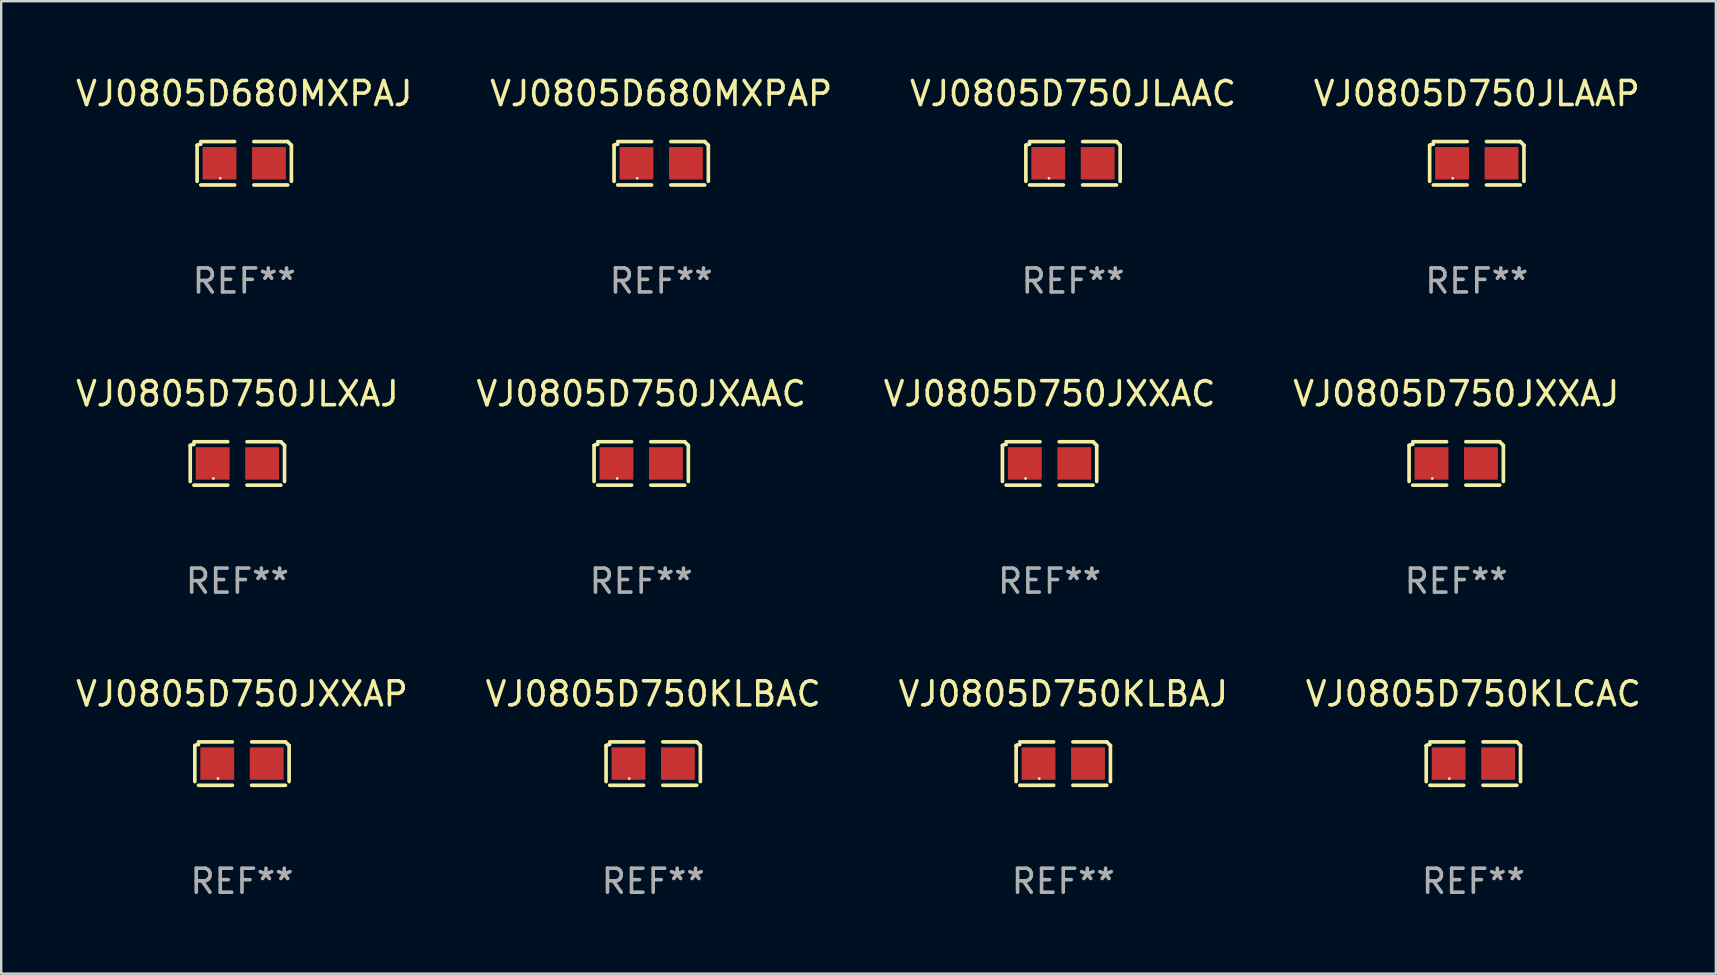
<source format=kicad_pcb>
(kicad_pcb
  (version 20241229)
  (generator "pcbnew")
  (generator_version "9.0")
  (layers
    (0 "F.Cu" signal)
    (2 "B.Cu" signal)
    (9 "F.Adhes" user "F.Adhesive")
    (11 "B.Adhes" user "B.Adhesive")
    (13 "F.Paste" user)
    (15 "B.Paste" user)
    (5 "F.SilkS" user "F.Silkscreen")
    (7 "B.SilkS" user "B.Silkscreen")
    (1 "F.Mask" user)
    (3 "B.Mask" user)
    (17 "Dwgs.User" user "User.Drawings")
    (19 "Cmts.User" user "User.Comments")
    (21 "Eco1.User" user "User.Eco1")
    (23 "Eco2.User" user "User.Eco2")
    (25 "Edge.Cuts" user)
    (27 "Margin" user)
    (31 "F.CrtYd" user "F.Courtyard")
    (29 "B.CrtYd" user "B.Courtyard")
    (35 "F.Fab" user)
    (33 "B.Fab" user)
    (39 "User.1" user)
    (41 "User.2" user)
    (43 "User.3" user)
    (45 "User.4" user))
  (footprint "VJ0805D750JXXAC"
    (layer "F.Cu")
    (at 40.673 16.256)
    (property "Reference" "VJ0805D750JXXAC" (at 0 -2.904 0) (layer "F.SilkS") (effects (font (size 1 1) (thickness 0.15))))
    (attr through_hole)
    (fp_line (start -1.964 0.751) (end -1.964 -0.751) (stroke (width 0.152) (type solid)) (layer "F.SilkS"))
    (fp_line (start -1.811 -0.904) (end -0.401 -0.904) (stroke (width 0.152) (type solid)) (layer "F.SilkS"))
    (fp_line (start -0.401 0.904) (end -1.811 0.904) (stroke (width 0.152) (type solid)) (layer "F.SilkS"))
    (fp_line (start 0.401 0.904) (end 1.811 0.904) (stroke (width 0.152) (type solid)) (layer "F.SilkS"))
    (fp_line (start 1.811 -0.904) (end 0.401 -0.904) (stroke (width 0.152) (type solid)) (layer "F.SilkS"))
    (fp_line (start 1.964 0.751) (end 1.964 -0.751) (stroke (width 0.152) (type solid)) (layer "F.SilkS"))
    (fp_arc (start -1.963602 -0.751207) (mid -1.890354 -0.783131) (end -1.811201 -0.794044) (stroke (width 0.1524) (type solid)) (layer "F.SilkS"))
    (fp_arc (start 1.811202 -0.903607) (mid 1.887413 -0.827418) (end 1.963602 -0.751207) (stroke (width 0.1524) (type solid)) (layer "F.SilkS"))
    (fp_circle (center -1 0.625) (end -0.97 0.625) (stroke (width 0.06) (type solid)) (fill no) (layer "F.SilkS"))
    (fp_text user "REF**" (at 0 4.904 0) (layer "F.Fab") (effects (font (size 1 1) (thickness 0.15))))
    (pad "1" smd rect (at -1.03 0) (size 1.41 1.35) (layers "F.Cu" "F.Mask" "F.Paste"))
    (pad "2" smd rect (at 1.03 0) (size 1.41 1.35) (layers "F.Cu" "F.Mask" "F.Paste")))
  (footprint "VJ0805D750JLAAC"
    (layer "F.Cu")
    (at 41.649 3.752)
    (property "Reference" "VJ0805D750JLAAC" (at 0 -2.904 0) (layer "F.SilkS") (effects (font (size 1 1) (thickness 0.15))))
    (attr through_hole)
    (fp_line (start -1.964 0.751) (end -1.964 -0.751) (stroke (width 0.152) (type solid)) (layer "F.SilkS"))
    (fp_line (start -1.811 -0.904) (end -0.401 -0.904) (stroke (width 0.152) (type solid)) (layer "F.SilkS"))
    (fp_line (start -0.401 0.904) (end -1.811 0.904) (stroke (width 0.152) (type solid)) (layer "F.SilkS"))
    (fp_line (start 0.401 0.904) (end 1.811 0.904) (stroke (width 0.152) (type solid)) (layer "F.SilkS"))
    (fp_line (start 1.811 -0.904) (end 0.401 -0.904) (stroke (width 0.152) (type solid)) (layer "F.SilkS"))
    (fp_line (start 1.964 0.751) (end 1.964 -0.751) (stroke (width 0.152) (type solid)) (layer "F.SilkS"))
    (fp_arc (start -1.963602 -0.751207) (mid -1.890354 -0.783131) (end -1.811201 -0.794044) (stroke (width 0.1524) (type solid)) (layer "F.SilkS"))
    (fp_arc (start 1.811202 -0.903607) (mid 1.887413 -0.827418) (end 1.963602 -0.751207) (stroke (width 0.1524) (type solid)) (layer "F.SilkS"))
    (fp_circle (center -1 0.625) (end -0.97 0.625) (stroke (width 0.06) (type solid)) (fill no) (layer "F.SilkS"))
    (fp_text user "REF**" (at 0 4.904 0) (layer "F.Fab") (effects (font (size 1 1) (thickness 0.15))))
    (pad "1" smd rect (at -1.03 0) (size 1.41 1.35) (layers "F.Cu" "F.Mask" "F.Paste"))
    (pad "2" smd rect (at 1.03 0) (size 1.41 1.35) (layers "F.Cu" "F.Mask" "F.Paste")))
  (footprint "VJ0805D750JXXAJ"
    (layer "F.Cu")
    (at 57.613 16.256)
    (property "Reference" "VJ0805D750JXXAJ" (at 0 -2.904 0) (layer "F.SilkS") (effects (font (size 1 1) (thickness 0.15))))
    (attr through_hole)
    (fp_line (start -1.964 0.751) (end -1.964 -0.751) (stroke (width 0.152) (type solid)) (layer "F.SilkS"))
    (fp_line (start -1.811 -0.904) (end -0.401 -0.904) (stroke (width 0.152) (type solid)) (layer "F.SilkS"))
    (fp_line (start -0.401 0.904) (end -1.811 0.904) (stroke (width 0.152) (type solid)) (layer "F.SilkS"))
    (fp_line (start 0.401 0.904) (end 1.811 0.904) (stroke (width 0.152) (type solid)) (layer "F.SilkS"))
    (fp_line (start 1.811 -0.904) (end 0.401 -0.904) (stroke (width 0.152) (type solid)) (layer "F.SilkS"))
    (fp_line (start 1.964 0.751) (end 1.964 -0.751) (stroke (width 0.152) (type solid)) (layer "F.SilkS"))
    (fp_arc (start -1.963602 -0.751207) (mid -1.890354 -0.783131) (end -1.811201 -0.794044) (stroke (width 0.1524) (type solid)) (layer "F.SilkS"))
    (fp_arc (start 1.811202 -0.903607) (mid 1.887413 -0.827418) (end 1.963602 -0.751207) (stroke (width 0.1524) (type solid)) (layer "F.SilkS"))
    (fp_circle (center -1 0.625) (end -0.97 0.625) (stroke (width 0.06) (type solid)) (fill no) (layer "F.SilkS"))
    (fp_text user "REF**" (at 0 4.904 0) (layer "F.Fab") (effects (font (size 1 1) (thickness 0.15))))
    (pad "1" smd rect (at -1.03 0) (size 1.41 1.35) (layers "F.Cu" "F.Mask" "F.Paste"))
    (pad "2" smd rect (at 1.03 0) (size 1.41 1.35) (layers "F.Cu" "F.Mask" "F.Paste")))
  (footprint "VJ0805D680MXPAJ"
    (layer "F.Cu")
    (at 7.125 3.752)
    (property "Reference" "VJ0805D680MXPAJ" (at 0 -2.904 0) (layer "F.SilkS") (effects (font (size 1 1) (thickness 0.15))))
    (attr through_hole)
    (fp_line (start -1.964 0.751) (end -1.964 -0.751) (stroke (width 0.152) (type solid)) (layer "F.SilkS"))
    (fp_line (start -1.811 -0.904) (end -0.401 -0.904) (stroke (width 0.152) (type solid)) (layer "F.SilkS"))
    (fp_line (start -0.401 0.904) (end -1.811 0.904) (stroke (width 0.152) (type solid)) (layer "F.SilkS"))
    (fp_line (start 0.401 0.904) (end 1.811 0.904) (stroke (width 0.152) (type solid)) (layer "F.SilkS"))
    (fp_line (start 1.811 -0.904) (end 0.401 -0.904) (stroke (width 0.152) (type solid)) (layer "F.SilkS"))
    (fp_line (start 1.964 0.751) (end 1.964 -0.751) (stroke (width 0.152) (type solid)) (layer "F.SilkS"))
    (fp_arc (start -1.963602 -0.751207) (mid -1.890354 -0.783131) (end -1.811201 -0.794044) (stroke (width 0.1524) (type solid)) (layer "F.SilkS"))
    (fp_arc (start 1.811202 -0.903607) (mid 1.887413 -0.827418) (end 1.963602 -0.751207) (stroke (width 0.1524) (type solid)) (layer "F.SilkS"))
    (fp_circle (center -1 0.625) (end -0.97 0.625) (stroke (width 0.06) (type solid)) (fill no) (layer "F.SilkS"))
    (fp_text user "REF**" (at 0 4.904 0) (layer "F.Fab") (effects (font (size 1 1) (thickness 0.15))))
    (pad "1" smd rect (at -1.03 0) (size 1.41 1.35) (layers "F.Cu" "F.Mask" "F.Paste"))
    (pad "2" smd rect (at 1.03 0) (size 1.41 1.35) (layers "F.Cu" "F.Mask" "F.Paste")))
  (footprint "VJ0805D750JXXAP"
    (layer "F.Cu")
    (at 7.03 28.759)
    (property "Reference" "VJ0805D750JXXAP" (at 0 -2.904 0) (layer "F.SilkS") (effects (font (size 1 1) (thickness 0.15))))
    (attr through_hole)
    (fp_line (start -1.964 0.751) (end -1.964 -0.751) (stroke (width 0.152) (type solid)) (layer "F.SilkS"))
    (fp_line (start -1.811 -0.904) (end -0.401 -0.904) (stroke (width 0.152) (type solid)) (layer "F.SilkS"))
    (fp_line (start -0.401 0.904) (end -1.811 0.904) (stroke (width 0.152) (type solid)) (layer "F.SilkS"))
    (fp_line (start 0.401 0.904) (end 1.811 0.904) (stroke (width 0.152) (type solid)) (layer "F.SilkS"))
    (fp_line (start 1.811 -0.904) (end 0.401 -0.904) (stroke (width 0.152) (type solid)) (layer "F.SilkS"))
    (fp_line (start 1.964 0.751) (end 1.964 -0.751) (stroke (width 0.152) (type solid)) (layer "F.SilkS"))
    (fp_arc (start -1.963602 -0.751207) (mid -1.890354 -0.783131) (end -1.811201 -0.794044) (stroke (width 0.1524) (type solid)) (layer "F.SilkS"))
    (fp_arc (start 1.811202 -0.903607) (mid 1.887413 -0.827418) (end 1.963602 -0.751207) (stroke (width 0.1524) (type solid)) (layer "F.SilkS"))
    (fp_circle (center -1 0.625) (end -0.97 0.625) (stroke (width 0.06) (type solid)) (fill no) (layer "F.SilkS"))
    (fp_text user "REF**" (at 0 4.904 0) (layer "F.Fab") (effects (font (size 1 1) (thickness 0.15))))
    (pad "1" smd rect (at -1.03 0) (size 1.41 1.35) (layers "F.Cu" "F.Mask" "F.Paste"))
    (pad "2" smd rect (at 1.03 0) (size 1.41 1.35) (layers "F.Cu" "F.Mask" "F.Paste")))
  (footprint "VJ0805D750KLBAC"
    (layer "F.Cu")
    (at 24.161 28.759)
    (property "Reference" "VJ0805D750KLBAC" (at 0 -2.904 0) (layer "F.SilkS") (effects (font (size 1 1) (thickness 0.15))))
    (attr through_hole)
    (fp_line (start -1.964 0.751) (end -1.964 -0.751) (stroke (width 0.152) (type solid)) (layer "F.SilkS"))
    (fp_line (start -1.811 -0.904) (end -0.401 -0.904) (stroke (width 0.152) (type solid)) (layer "F.SilkS"))
    (fp_line (start -0.401 0.904) (end -1.811 0.904) (stroke (width 0.152) (type solid)) (layer "F.SilkS"))
    (fp_line (start 0.401 0.904) (end 1.811 0.904) (stroke (width 0.152) (type solid)) (layer "F.SilkS"))
    (fp_line (start 1.811 -0.904) (end 0.401 -0.904) (stroke (width 0.152) (type solid)) (layer "F.SilkS"))
    (fp_line (start 1.964 0.751) (end 1.964 -0.751) (stroke (width 0.152) (type solid)) (layer "F.SilkS"))
    (fp_arc (start -1.963602 -0.751207) (mid -1.890354 -0.783131) (end -1.811201 -0.794044) (stroke (width 0.1524) (type solid)) (layer "F.SilkS"))
    (fp_arc (start 1.811202 -0.903607) (mid 1.887413 -0.827418) (end 1.963602 -0.751207) (stroke (width 0.1524) (type solid)) (layer "F.SilkS"))
    (fp_circle (center -1 0.625) (end -0.97 0.625) (stroke (width 0.06) (type solid)) (fill no) (layer "F.SilkS"))
    (fp_text user "REF**" (at 0 4.904 0) (layer "F.Fab") (effects (font (size 1 1) (thickness 0.15))))
    (pad "1" smd rect (at -1.03 0) (size 1.41 1.35) (layers "F.Cu" "F.Mask" "F.Paste"))
    (pad "2" smd rect (at 1.03 0) (size 1.41 1.35) (layers "F.Cu" "F.Mask" "F.Paste")))
  (footprint "VJ0805D750KLCAC"
    (layer "F.Cu")
    (at 58.327 28.759)
    (property "Reference" "VJ0805D750KLCAC" (at 0 -2.904 0) (layer "F.SilkS") (effects (font (size 1 1) (thickness 0.15))))
    (attr through_hole)
    (fp_line (start -1.964 0.751) (end -1.964 -0.751) (stroke (width 0.152) (type solid)) (layer "F.SilkS"))
    (fp_line (start -1.811 -0.904) (end -0.401 -0.904) (stroke (width 0.152) (type solid)) (layer "F.SilkS"))
    (fp_line (start -0.401 0.904) (end -1.811 0.904) (stroke (width 0.152) (type solid)) (layer "F.SilkS"))
    (fp_line (start 0.401 0.904) (end 1.811 0.904) (stroke (width 0.152) (type solid)) (layer "F.SilkS"))
    (fp_line (start 1.811 -0.904) (end 0.401 -0.904) (stroke (width 0.152) (type solid)) (layer "F.SilkS"))
    (fp_line (start 1.964 0.751) (end 1.964 -0.751) (stroke (width 0.152) (type solid)) (layer "F.SilkS"))
    (fp_arc (start -1.963602 -0.751207) (mid -1.890354 -0.783131) (end -1.811201 -0.794044) (stroke (width 0.1524) (type solid)) (layer "F.SilkS"))
    (fp_arc (start 1.811202 -0.903607) (mid 1.887413 -0.827418) (end 1.963602 -0.751207) (stroke (width 0.1524) (type solid)) (layer "F.SilkS"))
    (fp_circle (center -1 0.625) (end -0.97 0.625) (stroke (width 0.06) (type solid)) (fill no) (layer "F.SilkS"))
    (fp_text user "REF**" (at 0 4.904 0) (layer "F.Fab") (effects (font (size 1 1) (thickness 0.15))))
    (pad "1" smd rect (at -1.03 0) (size 1.41 1.35) (layers "F.Cu" "F.Mask" "F.Paste"))
    (pad "2" smd rect (at 1.03 0) (size 1.41 1.35) (layers "F.Cu" "F.Mask" "F.Paste")))
  (footprint "VJ0805D750KLBAJ"
    (layer "F.Cu")
    (at 41.244 28.759)
    (property "Reference" "VJ0805D750KLBAJ" (at 0 -2.904 0) (layer "F.SilkS") (effects (font (size 1 1) (thickness 0.15))))
    (attr through_hole)
    (fp_line (start -1.964 0.751) (end -1.964 -0.751) (stroke (width 0.152) (type solid)) (layer "F.SilkS"))
    (fp_line (start -1.811 -0.904) (end -0.401 -0.904) (stroke (width 0.152) (type solid)) (layer "F.SilkS"))
    (fp_line (start -0.401 0.904) (end -1.811 0.904) (stroke (width 0.152) (type solid)) (layer "F.SilkS"))
    (fp_line (start 0.401 0.904) (end 1.811 0.904) (stroke (width 0.152) (type solid)) (layer "F.SilkS"))
    (fp_line (start 1.811 -0.904) (end 0.401 -0.904) (stroke (width 0.152) (type solid)) (layer "F.SilkS"))
    (fp_line (start 1.964 0.751) (end 1.964 -0.751) (stroke (width 0.152) (type solid)) (layer "F.SilkS"))
    (fp_arc (start -1.963602 -0.751207) (mid -1.890354 -0.783131) (end -1.811201 -0.794044) (stroke (width 0.1524) (type solid)) (layer "F.SilkS"))
    (fp_arc (start 1.811202 -0.903607) (mid 1.887413 -0.827418) (end 1.963602 -0.751207) (stroke (width 0.1524) (type solid)) (layer "F.SilkS"))
    (fp_circle (center -1 0.625) (end -0.97 0.625) (stroke (width 0.06) (type solid)) (fill no) (layer "F.SilkS"))
    (fp_text user "REF**" (at 0 4.904 0) (layer "F.Fab") (effects (font (size 1 1) (thickness 0.15))))
    (pad "1" smd rect (at -1.03 0) (size 1.41 1.35) (layers "F.Cu" "F.Mask" "F.Paste"))
    (pad "2" smd rect (at 1.03 0) (size 1.41 1.35) (layers "F.Cu" "F.Mask" "F.Paste")))
  (footprint "VJ0805D750JLAAP"
    (layer "F.Cu")
    (at 58.47 3.752)
    (property "Reference" "VJ0805D750JLAAP" (at 0 -2.904 0) (layer "F.SilkS") (effects (font (size 1 1) (thickness 0.15))))
    (attr through_hole)
    (fp_line (start -1.964 0.751) (end -1.964 -0.751) (stroke (width 0.152) (type solid)) (layer "F.SilkS"))
    (fp_line (start -1.811 -0.904) (end -0.401 -0.904) (stroke (width 0.152) (type solid)) (layer "F.SilkS"))
    (fp_line (start -0.401 0.904) (end -1.811 0.904) (stroke (width 0.152) (type solid)) (layer "F.SilkS"))
    (fp_line (start 0.401 0.904) (end 1.811 0.904) (stroke (width 0.152) (type solid)) (layer "F.SilkS"))
    (fp_line (start 1.811 -0.904) (end 0.401 -0.904) (stroke (width 0.152) (type solid)) (layer "F.SilkS"))
    (fp_line (start 1.964 0.751) (end 1.964 -0.751) (stroke (width 0.152) (type solid)) (layer "F.SilkS"))
    (fp_arc (start -1.963602 -0.751207) (mid -1.890354 -0.783131) (end -1.811201 -0.794044) (stroke (width 0.1524) (type solid)) (layer "F.SilkS"))
    (fp_arc (start 1.811202 -0.903607) (mid 1.887413 -0.827418) (end 1.963602 -0.751207) (stroke (width 0.1524) (type solid)) (layer "F.SilkS"))
    (fp_circle (center -1 0.625) (end -0.97 0.625) (stroke (width 0.06) (type solid)) (fill no) (layer "F.SilkS"))
    (fp_text user "REF**" (at 0 4.904 0) (layer "F.Fab") (effects (font (size 1 1) (thickness 0.15))))
    (pad "1" smd rect (at -1.03 0) (size 1.41 1.35) (layers "F.Cu" "F.Mask" "F.Paste"))
    (pad "2" smd rect (at 1.03 0) (size 1.41 1.35) (layers "F.Cu" "F.Mask" "F.Paste")))
  (footprint "VJ0805D750JXAAC"
    (layer "F.Cu")
    (at 23.661 16.256)
    (property "Reference" "VJ0805D750JXAAC" (at 0 -2.904 0) (layer "F.SilkS") (effects (font (size 1 1) (thickness 0.15))))
    (attr through_hole)
    (fp_line (start -1.964 0.751) (end -1.964 -0.751) (stroke (width 0.152) (type solid)) (layer "F.SilkS"))
    (fp_line (start -1.811 -0.904) (end -0.401 -0.904) (stroke (width 0.152) (type solid)) (layer "F.SilkS"))
    (fp_line (start -0.401 0.904) (end -1.811 0.904) (stroke (width 0.152) (type solid)) (layer "F.SilkS"))
    (fp_line (start 0.401 0.904) (end 1.811 0.904) (stroke (width 0.152) (type solid)) (layer "F.SilkS"))
    (fp_line (start 1.811 -0.904) (end 0.401 -0.904) (stroke (width 0.152) (type solid)) (layer "F.SilkS"))
    (fp_line (start 1.964 0.751) (end 1.964 -0.751) (stroke (width 0.152) (type solid)) (layer "F.SilkS"))
    (fp_arc (start -1.963602 -0.751207) (mid -1.890354 -0.783131) (end -1.811201 -0.794044) (stroke (width 0.1524) (type solid)) (layer "F.SilkS"))
    (fp_arc (start 1.811202 -0.903607) (mid 1.887413 -0.827418) (end 1.963602 -0.751207) (stroke (width 0.1524) (type solid)) (layer "F.SilkS"))
    (fp_circle (center -1 0.625) (end -0.97 0.625) (stroke (width 0.06) (type solid)) (fill no) (layer "F.SilkS"))
    (fp_text user "REF**" (at 0 4.904 0) (layer "F.Fab") (effects (font (size 1 1) (thickness 0.15))))
    (pad "1" smd rect (at -1.03 0) (size 1.41 1.35) (layers "F.Cu" "F.Mask" "F.Paste"))
    (pad "2" smd rect (at 1.03 0) (size 1.41 1.35) (layers "F.Cu" "F.Mask" "F.Paste")))
  (footprint "VJ0805D680MXPAP"
    (layer "F.Cu")
    (at 24.494 3.752)
    (property "Reference" "VJ0805D680MXPAP" (at 0 -2.904 0) (layer "F.SilkS") (effects (font (size 1 1) (thickness 0.15))))
    (attr through_hole)
    (fp_line (start -1.964 0.751) (end -1.964 -0.751) (stroke (width 0.152) (type solid)) (layer "F.SilkS"))
    (fp_line (start -1.811 -0.904) (end -0.401 -0.904) (stroke (width 0.152) (type solid)) (layer "F.SilkS"))
    (fp_line (start -0.401 0.904) (end -1.811 0.904) (stroke (width 0.152) (type solid)) (layer "F.SilkS"))
    (fp_line (start 0.401 0.904) (end 1.811 0.904) (stroke (width 0.152) (type solid)) (layer "F.SilkS"))
    (fp_line (start 1.811 -0.904) (end 0.401 -0.904) (stroke (width 0.152) (type solid)) (layer "F.SilkS"))
    (fp_line (start 1.964 0.751) (end 1.964 -0.751) (stroke (width 0.152) (type solid)) (layer "F.SilkS"))
    (fp_arc (start -1.963602 -0.751207) (mid -1.890354 -0.783131) (end -1.811201 -0.794044) (stroke (width 0.1524) (type solid)) (layer "F.SilkS"))
    (fp_arc (start 1.811202 -0.903607) (mid 1.887413 -0.827418) (end 1.963602 -0.751207) (stroke (width 0.1524) (type solid)) (layer "F.SilkS"))
    (fp_circle (center -1 0.625) (end -0.97 0.625) (stroke (width 0.06) (type solid)) (fill no) (layer "F.SilkS"))
    (fp_text user "REF**" (at 0 4.904 0) (layer "F.Fab") (effects (font (size 1 1) (thickness 0.15))))
    (pad "1" smd rect (at -1.03 0) (size 1.41 1.35) (layers "F.Cu" "F.Mask" "F.Paste"))
    (pad "2" smd rect (at 1.03 0) (size 1.41 1.35) (layers "F.Cu" "F.Mask" "F.Paste")))
  (footprint "VJ0805D750JLXAJ"
    (layer "F.Cu")
    (at 6.839 16.256)
    (property "Reference" "VJ0805D750JLXAJ" (at 0 -2.904 0) (layer "F.SilkS") (effects (font (size 1 1) (thickness 0.15))))
    (attr through_hole)
    (fp_line (start -1.964 0.751) (end -1.964 -0.751) (stroke (width 0.152) (type solid)) (layer "F.SilkS"))
    (fp_line (start -1.811 -0.904) (end -0.401 -0.904) (stroke (width 0.152) (type solid)) (layer "F.SilkS"))
    (fp_line (start -0.401 0.904) (end -1.811 0.904) (stroke (width 0.152) (type solid)) (layer "F.SilkS"))
    (fp_line (start 0.401 0.904) (end 1.811 0.904) (stroke (width 0.152) (type solid)) (layer "F.SilkS"))
    (fp_line (start 1.811 -0.904) (end 0.401 -0.904) (stroke (width 0.152) (type solid)) (layer "F.SilkS"))
    (fp_line (start 1.964 0.751) (end 1.964 -0.751) (stroke (width 0.152) (type solid)) (layer "F.SilkS"))
    (fp_arc (start -1.963602 -0.751207) (mid -1.890354 -0.783131) (end -1.811201 -0.794044) (stroke (width 0.1524) (type solid)) (layer "F.SilkS"))
    (fp_arc (start 1.811202 -0.903607) (mid 1.887413 -0.827418) (end 1.963602 -0.751207) (stroke (width 0.1524) (type solid)) (layer "F.SilkS"))
    (fp_circle (center -1 0.625) (end -0.97 0.625) (stroke (width 0.06) (type solid)) (fill no) (layer "F.SilkS"))
    (fp_text user "REF**" (at 0 4.904 0) (layer "F.Fab") (effects (font (size 1 1) (thickness 0.15))))
    (pad "1" smd rect (at -1.03 0) (size 1.41 1.35) (layers "F.Cu" "F.Mask" "F.Paste"))
    (pad "2" smd rect (at 1.03 0) (size 1.41 1.35) (layers "F.Cu" "F.Mask" "F.Paste")))
  (gr_rect
    (start -3 -3)
    (end 68.429 37.511)
    (stroke (width 0.1) (type default))
    (fill no)
    (layer "Edge.Cuts")))
</source>
